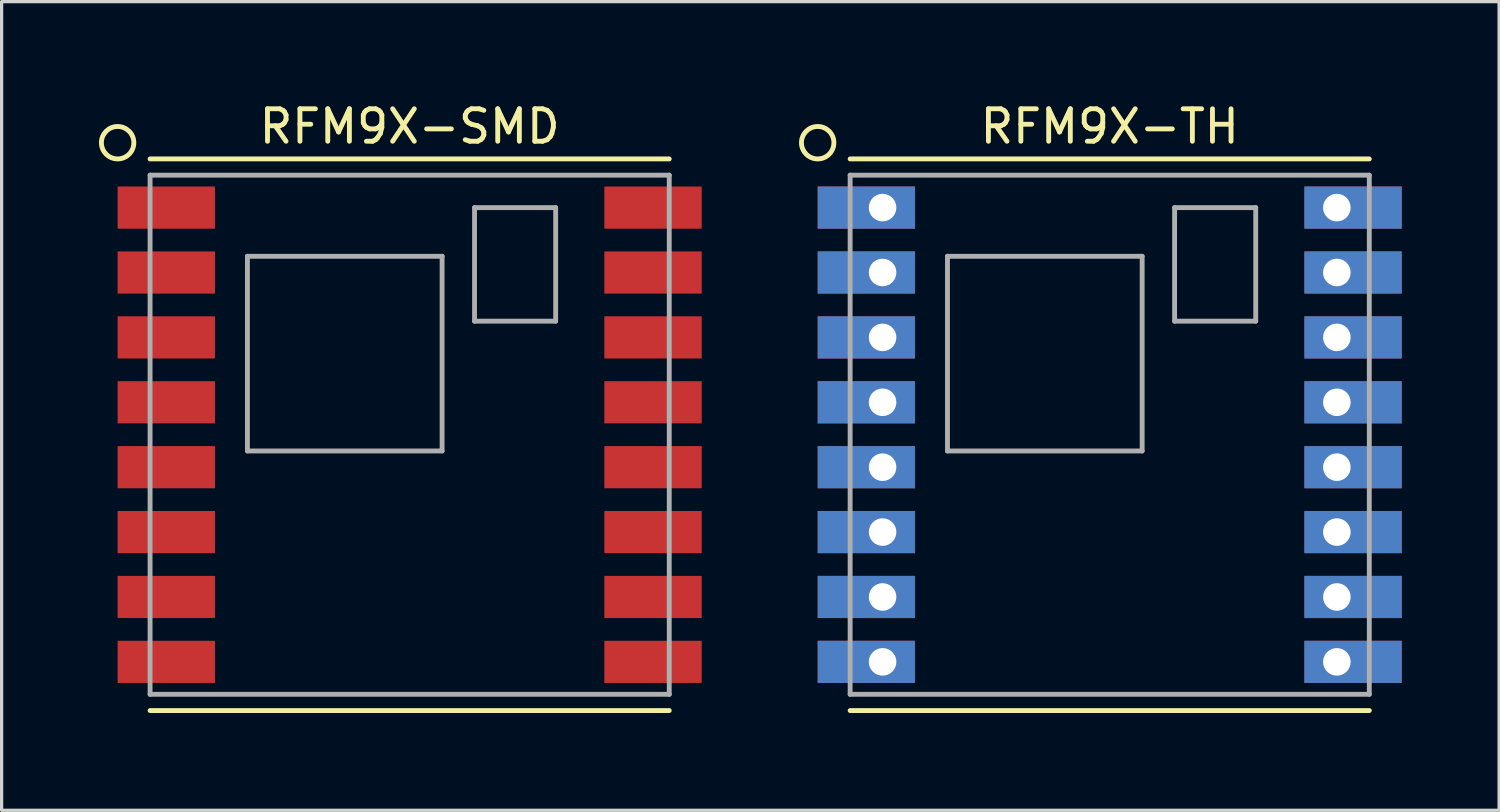
<source format=kicad_pcb>
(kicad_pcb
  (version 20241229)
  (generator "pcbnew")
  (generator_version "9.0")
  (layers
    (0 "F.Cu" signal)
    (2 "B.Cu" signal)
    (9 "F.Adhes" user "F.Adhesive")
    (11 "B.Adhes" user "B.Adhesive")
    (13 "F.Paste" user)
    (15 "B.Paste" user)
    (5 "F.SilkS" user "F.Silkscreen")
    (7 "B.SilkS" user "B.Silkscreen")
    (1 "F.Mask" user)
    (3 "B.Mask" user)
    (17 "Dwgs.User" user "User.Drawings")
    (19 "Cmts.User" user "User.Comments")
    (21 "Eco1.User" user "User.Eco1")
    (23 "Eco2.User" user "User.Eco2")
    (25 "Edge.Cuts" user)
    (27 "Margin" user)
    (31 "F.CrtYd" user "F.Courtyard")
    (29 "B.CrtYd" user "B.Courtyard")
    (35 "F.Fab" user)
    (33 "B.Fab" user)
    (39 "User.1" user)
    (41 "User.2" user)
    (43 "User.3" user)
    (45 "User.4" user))
  (footprint "RFM9X-TH"
    (layer "F.Cu")
    (at 31.15 10.348)
    (property "Reference" "RFM9X-TH" (at 0 -9.5 0) (layer "F.SilkS") (effects (font (size 1 1) (thickness 0.15))))
    (attr through_hole)
    (fp_line (start -8 -8.5) (end 8 -8.5) (stroke (width 0.15) (type solid)) (layer "F.SilkS"))
    (fp_line (start -8 8.5) (end 8 8.5) (stroke (width 0.15) (type solid)) (layer "F.SilkS"))
    (fp_circle (center -9 -9) (end -9 -8.5) (stroke (width 0.15) (type solid)) (fill no) (layer "F.SilkS"))
    (fp_line (start -8 -8) (end -8 8) (stroke (width 0.15) (type solid)) (layer "F.Fab"))
    (fp_line (start -8 -8) (end 8 -8) (stroke (width 0.15) (type solid)) (layer "F.Fab"))
    (fp_line (start -8 8) (end 8 8) (stroke (width 0.15) (type solid)) (layer "F.Fab"))
    (fp_line (start -5 -5.5) (end 1 -5.5) (stroke (width 0.15) (type solid)) (layer "F.Fab"))
    (fp_line (start -5 0.5) (end -5 -5.5) (stroke (width 0.15) (type solid)) (layer "F.Fab"))
    (fp_line (start 1 -5.5) (end 1 0.5) (stroke (width 0.15) (type solid)) (layer "F.Fab"))
    (fp_line (start 1 0.5) (end -5 0.5) (stroke (width 0.15) (type solid)) (layer "F.Fab"))
    (fp_line (start 2 -7) (end 4.5 -7) (stroke (width 0.15) (type solid)) (layer "F.Fab"))
    (fp_line (start 2 -3.5) (end 2 -7) (stroke (width 0.15) (type solid)) (layer "F.Fab"))
    (fp_line (start 4.5 -7) (end 4.5 -3.5) (stroke (width 0.15) (type solid)) (layer "F.Fab"))
    (fp_line (start 4.5 -3.5) (end 2 -3.5) (stroke (width 0.15) (type solid)) (layer "F.Fab"))
    (fp_line (start 8 -8) (end 8 8) (stroke (width 0.15) (type solid)) (layer "F.Fab"))
    (pad "1" thru_hole rect (at -7 -7) (size 3 1.3) (drill 0.85 (offset -0.5 0)) (layers "*.Cu" "*.Mask"))
    (pad "2" thru_hole rect (at -7 -5) (size 3 1.3) (drill 0.85 (offset -0.5 0)) (layers "*.Cu" "*.Mask"))
    (pad "3" thru_hole rect (at -7 -3) (size 3 1.3) (drill 0.85 (offset -0.5 0)) (layers "*.Cu" "*.Mask"))
    (pad "4" thru_hole rect (at -7 -1) (size 3 1.3) (drill 0.85 (offset -0.5 0)) (layers "*.Cu" "*.Mask"))
    (pad "5" thru_hole rect (at -7 1) (size 3 1.3) (drill 0.85 (offset -0.5 0)) (layers "*.Cu" "*.Mask"))
    (pad "6" thru_hole rect (at -7 3) (size 3 1.3) (drill 0.85 (offset -0.5 0)) (layers "*.Cu" "*.Mask"))
    (pad "7" thru_hole rect (at -7 5) (size 3 1.3) (drill 0.85 (offset -0.5 0)) (layers "*.Cu" "*.Mask"))
    (pad "8" thru_hole rect (at -7 7) (size 3 1.3) (drill 0.85 (offset -0.5 0)) (layers "*.Cu" "*.Mask"))
    (pad "9" thru_hole rect (at 7 -7) (size 3 1.3) (drill 0.85 (offset 0.5 0)) (layers "*.Cu" "*.Mask"))
    (pad "10" thru_hole rect (at 7 -5) (size 3 1.3) (drill 0.85 (offset 0.5 0)) (layers "*.Cu" "*.Mask"))
    (pad "11" thru_hole rect (at 7 -3) (size 3 1.3) (drill 0.85 (offset 0.5 0)) (layers "*.Cu" "*.Mask"))
    (pad "12" thru_hole rect (at 7 -1) (size 3 1.3) (drill 0.85 (offset 0.5 0)) (layers "*.Cu" "*.Mask"))
    (pad "13" thru_hole rect (at 7 1) (size 3 1.3) (drill 0.85 (offset 0.5 0)) (layers "*.Cu" "*.Mask"))
    (pad "14" thru_hole rect (at 7 3) (size 3 1.3) (drill 0.85 (offset 0.5 0)) (layers "*.Cu" "*.Mask"))
    (pad "15" thru_hole rect (at 7 5) (size 3 1.3) (drill 0.85 (offset 0.5 0)) (layers "*.Cu" "*.Mask"))
    (pad "16" thru_hole rect (at 7 7) (size 3 1.3) (drill 0.85 (offset 0.5 0)) (layers "*.Cu" "*.Mask")))
  (footprint "RFM9X-SMD"
    (layer "F.Cu")
    (at 9.575 10.348)
    (property "Reference" "RFM9X-SMD" (at 0 -9.5 0) (layer "F.SilkS") (effects (font (size 1 1) (thickness 0.15))))
    (attr through_hole)
    (fp_line (start -8 -8.5) (end 8 -8.5) (stroke (width 0.15) (type solid)) (layer "F.SilkS"))
    (fp_line (start -8 8.5) (end 8 8.5) (stroke (width 0.15) (type solid)) (layer "F.SilkS"))
    (fp_circle (center -9 -9) (end -9 -8.5) (stroke (width 0.15) (type solid)) (fill no) (layer "F.SilkS"))
    (fp_line (start -8 -8) (end -8 8) (stroke (width 0.15) (type solid)) (layer "F.Fab"))
    (fp_line (start -8 -8) (end 8 -8) (stroke (width 0.15) (type solid)) (layer "F.Fab"))
    (fp_line (start -8 8) (end 8 8) (stroke (width 0.15) (type solid)) (layer "F.Fab"))
    (fp_line (start -5 -5.5) (end 1 -5.5) (stroke (width 0.15) (type solid)) (layer "F.Fab"))
    (fp_line (start -5 0.5) (end -5 -5.5) (stroke (width 0.15) (type solid)) (layer "F.Fab"))
    (fp_line (start 1 -5.5) (end 1 0.5) (stroke (width 0.15) (type solid)) (layer "F.Fab"))
    (fp_line (start 1 0.5) (end -5 0.5) (stroke (width 0.15) (type solid)) (layer "F.Fab"))
    (fp_line (start 2 -7) (end 4.5 -7) (stroke (width 0.15) (type solid)) (layer "F.Fab"))
    (fp_line (start 2 -3.5) (end 2 -7) (stroke (width 0.15) (type solid)) (layer "F.Fab"))
    (fp_line (start 4.5 -7) (end 4.5 -3.5) (stroke (width 0.15) (type solid)) (layer "F.Fab"))
    (fp_line (start 4.5 -3.5) (end 2 -3.5) (stroke (width 0.15) (type solid)) (layer "F.Fab"))
    (fp_line (start 8 -8) (end 8 8) (stroke (width 0.15) (type solid)) (layer "F.Fab"))
    (pad "1" smd rect (at -7 -7) (size 3 1.3) (drill (offset -0.5 0)) (layers "F.Cu" "F.Mask" "F.Paste"))
    (pad "2" smd rect (at -7 -5) (size 3 1.3) (drill (offset -0.5 0)) (layers "F.Cu" "F.Mask" "F.Paste"))
    (pad "3" smd rect (at -7 -3) (size 3 1.3) (drill (offset -0.5 0)) (layers "F.Cu" "F.Mask" "F.Paste"))
    (pad "4" smd rect (at -7 -1) (size 3 1.3) (drill (offset -0.5 0)) (layers "F.Cu" "F.Mask" "F.Paste"))
    (pad "5" smd rect (at -7 1) (size 3 1.3) (drill (offset -0.5 0)) (layers "F.Cu" "F.Mask" "F.Paste"))
    (pad "6" smd rect (at -7 3) (size 3 1.3) (drill (offset -0.5 0)) (layers "F.Cu" "F.Mask" "F.Paste"))
    (pad "7" smd rect (at -7 5) (size 3 1.3) (drill (offset -0.5 0)) (layers "F.Cu" "F.Mask" "F.Paste"))
    (pad "8" smd rect (at -7 7) (size 3 1.3) (drill (offset -0.5 0)) (layers "F.Cu" "F.Mask" "F.Paste"))
    (pad "9" smd rect (at 7 -7) (size 3 1.3) (drill (offset 0.5 0)) (layers "F.Cu" "F.Mask" "F.Paste"))
    (pad "10" smd rect (at 7 -5) (size 3 1.3) (drill (offset 0.5 0)) (layers "F.Cu" "F.Mask" "F.Paste"))
    (pad "11" smd rect (at 7 -3) (size 3 1.3) (drill (offset 0.5 0)) (layers "F.Cu" "F.Mask" "F.Paste"))
    (pad "12" smd rect (at 7 -1) (size 3 1.3) (drill (offset 0.5 0)) (layers "F.Cu" "F.Mask" "F.Paste"))
    (pad "13" smd rect (at 7 1) (size 3 1.3) (drill (offset 0.5 0)) (layers "F.Cu" "F.Mask" "F.Paste"))
    (pad "14" smd rect (at 7 3) (size 3 1.3) (drill (offset 0.5 0)) (layers "F.Cu" "F.Mask" "F.Paste"))
    (pad "15" smd rect (at 7 5) (size 3 1.3) (drill (offset 0.5 0)) (layers "F.Cu" "F.Mask" "F.Paste"))
    (pad "16" smd rect (at 7 7) (size 3 1.3) (drill (offset 0.5 0)) (layers "F.Cu" "F.Mask" "F.Paste")))
  (gr_rect
    (start -3 -3)
    (end 43.15 21.923)
    (stroke (width 0.1) (type default))
    (fill no)
    (layer "Edge.Cuts")))
</source>
